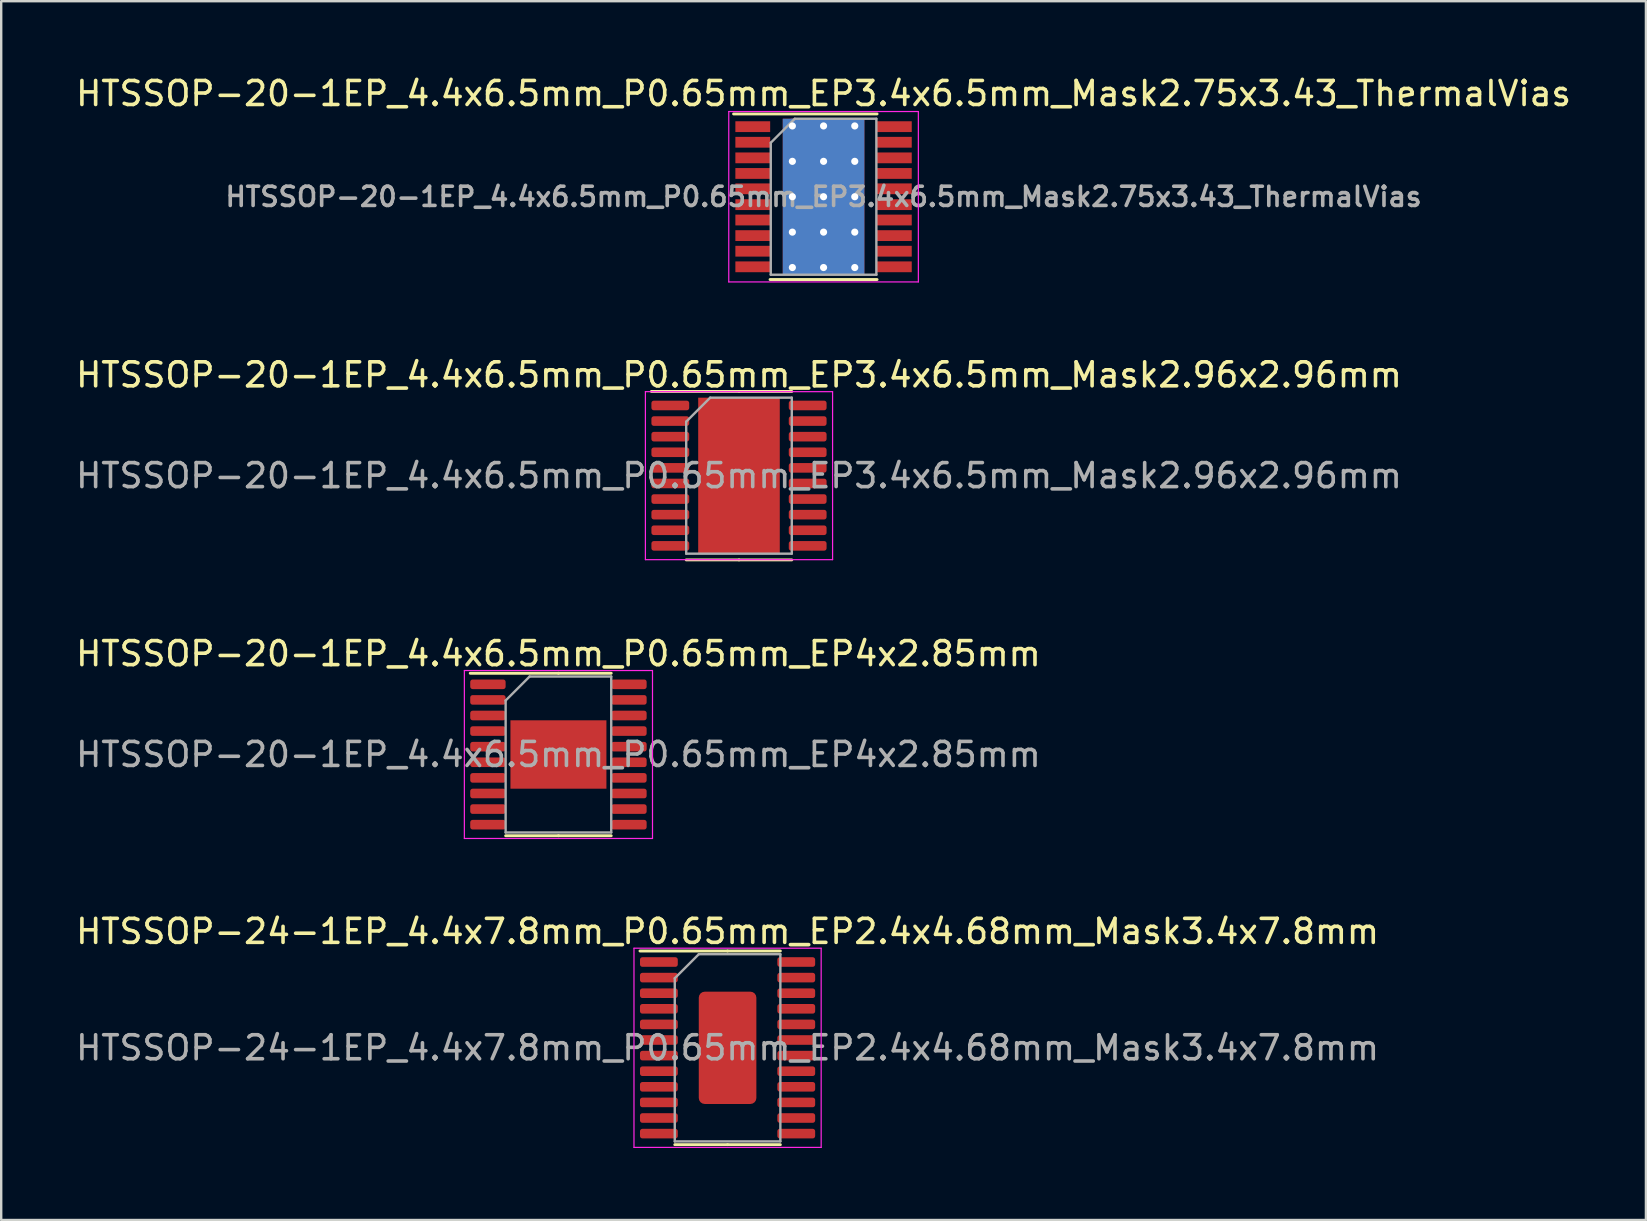
<source format=kicad_pcb>
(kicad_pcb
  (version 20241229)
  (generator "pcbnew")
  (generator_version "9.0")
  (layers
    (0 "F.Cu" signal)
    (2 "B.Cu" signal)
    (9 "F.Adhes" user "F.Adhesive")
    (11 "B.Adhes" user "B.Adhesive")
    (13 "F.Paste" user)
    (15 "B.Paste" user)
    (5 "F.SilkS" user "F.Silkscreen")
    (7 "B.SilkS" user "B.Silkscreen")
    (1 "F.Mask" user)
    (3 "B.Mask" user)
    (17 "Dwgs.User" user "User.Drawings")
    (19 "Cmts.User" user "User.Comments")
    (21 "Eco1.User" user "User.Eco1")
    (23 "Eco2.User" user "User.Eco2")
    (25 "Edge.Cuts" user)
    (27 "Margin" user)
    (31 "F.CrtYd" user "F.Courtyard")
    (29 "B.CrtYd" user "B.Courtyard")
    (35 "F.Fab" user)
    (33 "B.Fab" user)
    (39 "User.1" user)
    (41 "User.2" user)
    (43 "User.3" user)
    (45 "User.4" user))
  (footprint "HTSSOP-20-1EP_4.4x6.5mm_P0.65mm_EP4x2.85mm"
    (layer "F.Cu")
    (at 20.22 28.39)
    (property "Reference" "HTSSOP-20-1EP_4.4x6.5mm_P0.65mm_EP4x2.85mm" (at 0 -4.2 0) (layer "F.SilkS") (effects (font (size 1 1) (thickness 0.15))))
    (attr smd)
    (fp_line (start 0 -3.385) (end -3.675 -3.385) (stroke (width 0.12) (type solid)) (layer "F.SilkS"))
    (fp_line (start 0 -3.385) (end 2.2 -3.385) (stroke (width 0.12) (type solid)) (layer "F.SilkS"))
    (fp_line (start 0 3.385) (end -2.2 3.385) (stroke (width 0.12) (type solid)) (layer "F.SilkS"))
    (fp_line (start 0 3.385) (end 2.2 3.385) (stroke (width 0.12) (type solid)) (layer "F.SilkS"))
    (fp_line (start -3.92 -3.5) (end -3.92 3.5) (stroke (width 0.05) (type solid)) (layer "F.CrtYd"))
    (fp_line (start -3.92 3.5) (end 3.92 3.5) (stroke (width 0.05) (type solid)) (layer "F.CrtYd"))
    (fp_line (start 3.92 -3.5) (end -3.92 -3.5) (stroke (width 0.05) (type solid)) (layer "F.CrtYd"))
    (fp_line (start 3.92 3.5) (end 3.92 -3.5) (stroke (width 0.05) (type solid)) (layer "F.CrtYd"))
    (fp_line (start -2.2 -2.25) (end -1.2 -3.25) (stroke (width 0.1) (type solid)) (layer "F.Fab"))
    (fp_line (start -2.2 3.25) (end -2.2 -2.25) (stroke (width 0.1) (type solid)) (layer "F.Fab"))
    (fp_line (start -1.2 -3.25) (end 2.2 -3.25) (stroke (width 0.1) (type solid)) (layer "F.Fab"))
    (fp_line (start 2.2 -3.25) (end 2.2 3.25) (stroke (width 0.1) (type solid)) (layer "F.Fab"))
    (fp_line (start 2.2 3.25) (end -2.2 3.25) (stroke (width 0.1) (type solid)) (layer "F.Fab"))
    (fp_text user "${REFERENCE}" (at 0 0 0) (layer "F.Fab") (effects (font (size 1 1) (thickness 0.15))))
    (pad "" smd roundrect (at 0 -0.71) (size 3.22 1.15) (layers "F.Paste") (roundrect_rratio 0.217))
    (pad "" smd roundrect (at 0 0.71) (size 3.22 1.15) (layers "F.Paste") (roundrect_rratio 0.217))
    (pad "1" smd roundrect (at -2.938 -2.925) (size 1.475 0.4) (layers "F.Cu" "F.Mask" "F.Paste") (roundrect_rratio 0.25))
    (pad "2" smd roundrect (at -2.938 -2.275) (size 1.475 0.4) (layers "F.Cu" "F.Mask" "F.Paste") (roundrect_rratio 0.25))
    (pad "3" smd roundrect (at -2.938 -1.625) (size 1.475 0.4) (layers "F.Cu" "F.Mask" "F.Paste") (roundrect_rratio 0.25))
    (pad "4" smd roundrect (at -2.938 -0.975) (size 1.475 0.4) (layers "F.Cu" "F.Mask" "F.Paste") (roundrect_rratio 0.25))
    (pad "5" smd roundrect (at -2.938 -0.325) (size 1.475 0.4) (layers "F.Cu" "F.Mask" "F.Paste") (roundrect_rratio 0.25))
    (pad "6" smd roundrect (at -2.938 0.325) (size 1.475 0.4) (layers "F.Cu" "F.Mask" "F.Paste") (roundrect_rratio 0.25))
    (pad "7" smd roundrect (at -2.938 0.975) (size 1.475 0.4) (layers "F.Cu" "F.Mask" "F.Paste") (roundrect_rratio 0.25))
    (pad "8" smd roundrect (at -2.938 1.625) (size 1.475 0.4) (layers "F.Cu" "F.Mask" "F.Paste") (roundrect_rratio 0.25))
    (pad "9" smd roundrect (at -2.938 2.275) (size 1.475 0.4) (layers "F.Cu" "F.Mask" "F.Paste") (roundrect_rratio 0.25))
    (pad "10" smd roundrect (at -2.938 2.925) (size 1.475 0.4) (layers "F.Cu" "F.Mask" "F.Paste") (roundrect_rratio 0.25))
    (pad "11" smd roundrect (at 2.938 2.925) (size 1.475 0.4) (layers "F.Cu" "F.Mask" "F.Paste") (roundrect_rratio 0.25))
    (pad "12" smd roundrect (at 2.938 2.275) (size 1.475 0.4) (layers "F.Cu" "F.Mask" "F.Paste") (roundrect_rratio 0.25))
    (pad "13" smd roundrect (at 2.938 1.625) (size 1.475 0.4) (layers "F.Cu" "F.Mask" "F.Paste") (roundrect_rratio 0.25))
    (pad "14" smd roundrect (at 2.938 0.975) (size 1.475 0.4) (layers "F.Cu" "F.Mask" "F.Paste") (roundrect_rratio 0.25))
    (pad "15" smd roundrect (at 2.938 0.325) (size 1.475 0.4) (layers "F.Cu" "F.Mask" "F.Paste") (roundrect_rratio 0.25))
    (pad "16" smd roundrect (at 2.938 -0.325) (size 1.475 0.4) (layers "F.Cu" "F.Mask" "F.Paste") (roundrect_rratio 0.25))
    (pad "17" smd roundrect (at 2.938 -0.975) (size 1.475 0.4) (layers "F.Cu" "F.Mask" "F.Paste") (roundrect_rratio 0.25))
    (pad "18" smd roundrect (at 2.938 -1.625) (size 1.475 0.4) (layers "F.Cu" "F.Mask" "F.Paste") (roundrect_rratio 0.25))
    (pad "19" smd roundrect (at 2.938 -2.275) (size 1.475 0.4) (layers "F.Cu" "F.Mask" "F.Paste") (roundrect_rratio 0.25))
    (pad "20" smd roundrect (at 2.938 -2.925) (size 1.475 0.4) (layers "F.Cu" "F.Mask" "F.Paste") (roundrect_rratio 0.25))
    (pad "21" smd rect (at 0 0) (size 4 2.85) (layers "F.Cu" "F.Mask")))
  (footprint "HTSSOP-24-1EP_4.4x7.8mm_P0.65mm_EP2.4x4.68mm_Mask3.4x7.8mm"
    (layer "F.Cu")
    (at 27.268 40.613)
    (property "Reference" "HTSSOP-24-1EP_4.4x7.8mm_P0.65mm_EP2.4x4.68mm_Mask3.4x7.8mm" (at 0 -4.85 0) (layer "F.SilkS") (effects (font (size 1 1) (thickness 0.15))))
    (attr smd)
    (fp_line (start 0 -4.035) (end -3.65 -4.035) (stroke (width 0.12) (type solid)) (layer "F.SilkS"))
    (fp_line (start 0 -4.035) (end 2.2 -4.035) (stroke (width 0.12) (type solid)) (layer "F.SilkS"))
    (fp_line (start 0 4.035) (end -2.2 4.035) (stroke (width 0.12) (type solid)) (layer "F.SilkS"))
    (fp_line (start 0 4.035) (end 2.2 4.035) (stroke (width 0.12) (type solid)) (layer "F.SilkS"))
    (fp_line (start -3.9 -4.15) (end -3.9 4.15) (stroke (width 0.05) (type solid)) (layer "F.CrtYd"))
    (fp_line (start -3.9 4.15) (end 3.9 4.15) (stroke (width 0.05) (type solid)) (layer "F.CrtYd"))
    (fp_line (start 3.9 -4.15) (end -3.9 -4.15) (stroke (width 0.05) (type solid)) (layer "F.CrtYd"))
    (fp_line (start 3.9 4.15) (end 3.9 -4.15) (stroke (width 0.05) (type solid)) (layer "F.CrtYd"))
    (fp_line (start -2.2 -2.9) (end -1.2 -3.9) (stroke (width 0.1) (type solid)) (layer "F.Fab"))
    (fp_line (start -2.2 3.9) (end -2.2 -2.9) (stroke (width 0.1) (type solid)) (layer "F.Fab"))
    (fp_line (start -1.2 -3.9) (end 2.2 -3.9) (stroke (width 0.1) (type solid)) (layer "F.Fab"))
    (fp_line (start 2.2 -3.9) (end 2.2 3.9) (stroke (width 0.1) (type solid)) (layer "F.Fab"))
    (fp_line (start 2.2 3.9) (end -2.2 3.9) (stroke (width 0.1) (type solid)) (layer "F.Fab"))
    (fp_text user "${REFERENCE}" (at 0 0 0) (layer "F.Fab") (effects (font (size 1 1) (thickness 0.15))))
    (pad "" smd roundrect (at 0 -1.17) (size 1.93 1.89) (layers "F.Paste") (roundrect_rratio 0.132))
    (pad "" smd roundrect (at 0 0) (size 3.4 7.8) (layers "F.Mask") (roundrect_rratio 0.074))
    (pad "" smd roundrect (at 0 1.17) (size 1.93 1.89) (layers "F.Paste") (roundrect_rratio 0.132))
    (pad "1" smd roundrect (at -2.862 -3.575) (size 1.575 0.4) (layers "F.Cu" "F.Mask" "F.Paste") (roundrect_rratio 0.25))
    (pad "2" smd roundrect (at -2.862 -2.925) (size 1.575 0.4) (layers "F.Cu" "F.Mask" "F.Paste") (roundrect_rratio 0.25))
    (pad "3" smd roundrect (at -2.862 -2.275) (size 1.575 0.4) (layers "F.Cu" "F.Mask" "F.Paste") (roundrect_rratio 0.25))
    (pad "4" smd roundrect (at -2.862 -1.625) (size 1.575 0.4) (layers "F.Cu" "F.Mask" "F.Paste") (roundrect_rratio 0.25))
    (pad "5" smd roundrect (at -2.862 -0.975) (size 1.575 0.4) (layers "F.Cu" "F.Mask" "F.Paste") (roundrect_rratio 0.25))
    (pad "6" smd roundrect (at -2.862 -0.325) (size 1.575 0.4) (layers "F.Cu" "F.Mask" "F.Paste") (roundrect_rratio 0.25))
    (pad "7" smd roundrect (at -2.862 0.325) (size 1.575 0.4) (layers "F.Cu" "F.Mask" "F.Paste") (roundrect_rratio 0.25))
    (pad "8" smd roundrect (at -2.862 0.975) (size 1.575 0.4) (layers "F.Cu" "F.Mask" "F.Paste") (roundrect_rratio 0.25))
    (pad "9" smd roundrect (at -2.862 1.625) (size 1.575 0.4) (layers "F.Cu" "F.Mask" "F.Paste") (roundrect_rratio 0.25))
    (pad "10" smd roundrect (at -2.862 2.275) (size 1.575 0.4) (layers "F.Cu" "F.Mask" "F.Paste") (roundrect_rratio 0.25))
    (pad "11" smd roundrect (at -2.862 2.925) (size 1.575 0.4) (layers "F.Cu" "F.Mask" "F.Paste") (roundrect_rratio 0.25))
    (pad "12" smd roundrect (at -2.862 3.575) (size 1.575 0.4) (layers "F.Cu" "F.Mask" "F.Paste") (roundrect_rratio 0.25))
    (pad "13" smd roundrect (at 2.862 3.575) (size 1.575 0.4) (layers "F.Cu" "F.Mask" "F.Paste") (roundrect_rratio 0.25))
    (pad "14" smd roundrect (at 2.862 2.925) (size 1.575 0.4) (layers "F.Cu" "F.Mask" "F.Paste") (roundrect_rratio 0.25))
    (pad "15" smd roundrect (at 2.862 2.275) (size 1.575 0.4) (layers "F.Cu" "F.Mask" "F.Paste") (roundrect_rratio 0.25))
    (pad "16" smd roundrect (at 2.862 1.625) (size 1.575 0.4) (layers "F.Cu" "F.Mask" "F.Paste") (roundrect_rratio 0.25))
    (pad "17" smd roundrect (at 2.862 0.975) (size 1.575 0.4) (layers "F.Cu" "F.Mask" "F.Paste") (roundrect_rratio 0.25))
    (pad "18" smd roundrect (at 2.862 0.325) (size 1.575 0.4) (layers "F.Cu" "F.Mask" "F.Paste") (roundrect_rratio 0.25))
    (pad "19" smd roundrect (at 2.862 -0.325) (size 1.575 0.4) (layers "F.Cu" "F.Mask" "F.Paste") (roundrect_rratio 0.25))
    (pad "20" smd roundrect (at 2.862 -0.975) (size 1.575 0.4) (layers "F.Cu" "F.Mask" "F.Paste") (roundrect_rratio 0.25))
    (pad "21" smd roundrect (at 2.862 -1.625) (size 1.575 0.4) (layers "F.Cu" "F.Mask" "F.Paste") (roundrect_rratio 0.25))
    (pad "22" smd roundrect (at 2.862 -2.275) (size 1.575 0.4) (layers "F.Cu" "F.Mask" "F.Paste") (roundrect_rratio 0.25))
    (pad "23" smd roundrect (at 2.862 -2.925) (size 1.575 0.4) (layers "F.Cu" "F.Mask" "F.Paste") (roundrect_rratio 0.25))
    (pad "24" smd roundrect (at 2.862 -3.575) (size 1.575 0.4) (layers "F.Cu" "F.Mask" "F.Paste") (roundrect_rratio 0.25))
    (pad "25" smd roundrect (at 0 0) (size 2.4 4.68) (layers "F.Cu") (roundrect_rratio 0.104)))
  (footprint "HTSSOP-20-1EP_4.4x6.5mm_P0.65mm_EP3.4x6.5mm_Mask2.96x2.96mm"
    (layer "F.Cu")
    (at 27.744 16.771)
    (property "Reference" "HTSSOP-20-1EP_4.4x6.5mm_P0.65mm_EP3.4x6.5mm_Mask2.96x2.96mm" (at 0 -4.2 0) (layer "F.SilkS") (effects (font (size 1 1) (thickness 0.15))))
    (attr smd)
    (fp_line (start 0 -3.51) (end -3.65 -3.51) (stroke (width 0.12) (type solid)) (layer "F.SilkS"))
    (fp_line (start 0 -3.51) (end 2.2 -3.51) (stroke (width 0.12) (type solid)) (layer "F.SilkS"))
    (fp_line (start 0 3.51) (end -2.2 3.51) (stroke (width 0.12) (type solid)) (layer "F.SilkS"))
    (fp_line (start 0 3.51) (end 2.2 3.51) (stroke (width 0.12) (type solid)) (layer "F.SilkS"))
    (fp_line (start -3.9 -3.5) (end -3.9 3.5) (stroke (width 0.05) (type solid)) (layer "F.CrtYd"))
    (fp_line (start -3.9 3.5) (end 3.9 3.5) (stroke (width 0.05) (type solid)) (layer "F.CrtYd"))
    (fp_line (start 3.9 -3.5) (end -3.9 -3.5) (stroke (width 0.05) (type solid)) (layer "F.CrtYd"))
    (fp_line (start 3.9 3.5) (end 3.9 -3.5) (stroke (width 0.05) (type solid)) (layer "F.CrtYd"))
    (fp_line (start -2.2 -2.25) (end -1.2 -3.25) (stroke (width 0.1) (type solid)) (layer "F.Fab"))
    (fp_line (start -2.2 3.25) (end -2.2 -2.25) (stroke (width 0.1) (type solid)) (layer "F.Fab"))
    (fp_line (start -1.2 -3.25) (end 2.2 -3.25) (stroke (width 0.1) (type solid)) (layer "F.Fab"))
    (fp_line (start 2.2 -3.25) (end 2.2 3.25) (stroke (width 0.1) (type solid)) (layer "F.Fab"))
    (fp_line (start 2.2 3.25) (end -2.2 3.25) (stroke (width 0.1) (type solid)) (layer "F.Fab"))
    (fp_text user "${REFERENCE}" (at 0 0 0) (layer "F.Fab") (effects (font (size 1 1) (thickness 0.15))))
    (pad "" smd roundrect (at 0 0) (size 2.39 2.39) (layers "F.Paste") (roundrect_rratio 0.105))
    (pad "" smd rect (at 0 0) (size 2.96 2.96) (layers "F.Mask"))
    (pad "1" smd roundrect (at -2.862 -2.925) (size 1.575 0.4) (layers "F.Cu" "F.Mask" "F.Paste") (roundrect_rratio 0.25))
    (pad "2" smd roundrect (at -2.862 -2.275) (size 1.575 0.4) (layers "F.Cu" "F.Mask" "F.Paste") (roundrect_rratio 0.25))
    (pad "3" smd roundrect (at -2.862 -1.625) (size 1.575 0.4) (layers "F.Cu" "F.Mask" "F.Paste") (roundrect_rratio 0.25))
    (pad "4" smd roundrect (at -2.862 -0.975) (size 1.575 0.4) (layers "F.Cu" "F.Mask" "F.Paste") (roundrect_rratio 0.25))
    (pad "5" smd roundrect (at -2.862 -0.325) (size 1.575 0.4) (layers "F.Cu" "F.Mask" "F.Paste") (roundrect_rratio 0.25))
    (pad "6" smd roundrect (at -2.862 0.325) (size 1.575 0.4) (layers "F.Cu" "F.Mask" "F.Paste") (roundrect_rratio 0.25))
    (pad "7" smd roundrect (at -2.862 0.975) (size 1.575 0.4) (layers "F.Cu" "F.Mask" "F.Paste") (roundrect_rratio 0.25))
    (pad "8" smd roundrect (at -2.862 1.625) (size 1.575 0.4) (layers "F.Cu" "F.Mask" "F.Paste") (roundrect_rratio 0.25))
    (pad "9" smd roundrect (at -2.862 2.275) (size 1.575 0.4) (layers "F.Cu" "F.Mask" "F.Paste") (roundrect_rratio 0.25))
    (pad "10" smd roundrect (at -2.862 2.925) (size 1.575 0.4) (layers "F.Cu" "F.Mask" "F.Paste") (roundrect_rratio 0.25))
    (pad "11" smd roundrect (at 2.862 2.925) (size 1.575 0.4) (layers "F.Cu" "F.Mask" "F.Paste") (roundrect_rratio 0.25))
    (pad "12" smd roundrect (at 2.862 2.275) (size 1.575 0.4) (layers "F.Cu" "F.Mask" "F.Paste") (roundrect_rratio 0.25))
    (pad "13" smd roundrect (at 2.862 1.625) (size 1.575 0.4) (layers "F.Cu" "F.Mask" "F.Paste") (roundrect_rratio 0.25))
    (pad "14" smd roundrect (at 2.862 0.975) (size 1.575 0.4) (layers "F.Cu" "F.Mask" "F.Paste") (roundrect_rratio 0.25))
    (pad "15" smd roundrect (at 2.862 0.325) (size 1.575 0.4) (layers "F.Cu" "F.Mask" "F.Paste") (roundrect_rratio 0.25))
    (pad "16" smd roundrect (at 2.862 -0.325) (size 1.575 0.4) (layers "F.Cu" "F.Mask" "F.Paste") (roundrect_rratio 0.25))
    (pad "17" smd roundrect (at 2.862 -0.975) (size 1.575 0.4) (layers "F.Cu" "F.Mask" "F.Paste") (roundrect_rratio 0.25))
    (pad "18" smd roundrect (at 2.862 -1.625) (size 1.575 0.4) (layers "F.Cu" "F.Mask" "F.Paste") (roundrect_rratio 0.25))
    (pad "19" smd roundrect (at 2.862 -2.275) (size 1.575 0.4) (layers "F.Cu" "F.Mask" "F.Paste") (roundrect_rratio 0.25))
    (pad "20" smd roundrect (at 2.862 -2.925) (size 1.575 0.4) (layers "F.Cu" "F.Mask" "F.Paste") (roundrect_rratio 0.25))
    (pad "21" smd rect (at 0 0) (size 3.4 6.5) (layers "F.Cu")))
  (footprint "HTSSOP-20-1EP_4.4x6.5mm_P0.65mm_EP3.4x6.5mm_Mask2.75x3.43_ThermalVias"
    (layer "F.Cu")
    (at 31.268 5.148)
    (property "Reference" "HTSSOP-20-1EP_4.4x6.5mm_P0.65mm_EP3.4x6.5mm_Mask2.75x3.43_ThermalVias" (at 0 -4.3 0) (layer "F.SilkS") (effects (font (size 1 1) (thickness 0.15))))
    (attr smd)
    (fp_line (start -3.75 -3.45) (end 2.23 -3.45) (stroke (width 0.12) (type solid)) (layer "F.SilkS"))
    (fp_line (start -2.23 3.45) (end 2.23 3.45) (stroke (width 0.12) (type solid)) (layer "F.SilkS"))
    (fp_line (start -3.95 -3.55) (end -3.95 3.55) (stroke (width 0.05) (type solid)) (layer "F.CrtYd"))
    (fp_line (start -3.95 -3.55) (end 3.95 -3.55) (stroke (width 0.05) (type solid)) (layer "F.CrtYd"))
    (fp_line (start -3.95 3.55) (end 3.95 3.55) (stroke (width 0.05) (type solid)) (layer "F.CrtYd"))
    (fp_line (start 3.95 -3.55) (end 3.95 3.55) (stroke (width 0.05) (type solid)) (layer "F.CrtYd"))
    (fp_line (start -2.2 -2.25) (end -1.2 -3.25) (stroke (width 0.1) (type solid)) (layer "F.Fab"))
    (fp_line (start -2.2 3.25) (end -2.2 -2.25) (stroke (width 0.1) (type solid)) (layer "F.Fab"))
    (fp_line (start -1.2 -3.25) (end 2.2 -3.25) (stroke (width 0.1) (type solid)) (layer "F.Fab"))
    (fp_line (start 2.2 -3.25) (end 2.2 3.25) (stroke (width 0.1) (type solid)) (layer "F.Fab"))
    (fp_line (start 2.2 3.25) (end -2.2 3.25) (stroke (width 0.1) (type solid)) (layer "F.Fab"))
    (fp_text user "${REFERENCE}" (at 0 0 0) (layer "F.Fab") (effects (font (size 0.8 0.8) (thickness 0.15))))
    (pad "" smd rect (at -0.85 -2.212) (size 1.4 1.075) (layers "F.Paste"))
    (pad "" smd rect (at -0.85 -0.738) (size 1.4 1.075) (layers "F.Paste"))
    (pad "" smd rect (at -0.85 0.738) (size 1.4 1.075) (layers "F.Paste"))
    (pad "" smd rect (at -0.85 2.212) (size 1.4 1.075) (layers "F.Paste"))
    (pad "" smd roundrect (at 0 0) (size 2.75 3.43) (layers "F.Mask") (roundrect_rratio 0.05))
    (pad "" smd rect (at 0.85 -2.212) (size 1.4 1.075) (layers "F.Paste"))
    (pad "" smd rect (at 0.85 -0.738) (size 1.4 1.075) (layers "F.Paste"))
    (pad "" smd rect (at 0.85 0.738) (size 1.4 1.075) (layers "F.Paste"))
    (pad "" smd rect (at 0.85 2.212) (size 1.4 1.075) (layers "F.Paste"))
    (pad "1" smd rect (at -2.95 -2.92) (size 1.45 0.45) (layers "F.Cu" "F.Mask" "F.Paste"))
    (pad "2" smd rect (at -2.95 -2.27) (size 1.45 0.45) (layers "F.Cu" "F.Mask" "F.Paste"))
    (pad "3" smd rect (at -2.95 -1.62) (size 1.45 0.45) (layers "F.Cu" "F.Mask" "F.Paste"))
    (pad "4" smd rect (at -2.95 -0.97) (size 1.45 0.45) (layers "F.Cu" "F.Mask" "F.Paste"))
    (pad "5" smd rect (at -2.95 -0.33) (size 1.45 0.45) (layers "F.Cu" "F.Mask" "F.Paste"))
    (pad "6" smd rect (at -2.95 0.33) (size 1.45 0.45) (layers "F.Cu" "F.Mask" "F.Paste"))
    (pad "7" smd rect (at -2.95 0.97) (size 1.45 0.45) (layers "F.Cu" "F.Mask" "F.Paste"))
    (pad "8" smd rect (at -2.95 1.62) (size 1.45 0.45) (layers "F.Cu" "F.Mask" "F.Paste"))
    (pad "9" smd rect (at -2.95 2.27) (size 1.45 0.45) (layers "F.Cu" "F.Mask" "F.Paste"))
    (pad "10" smd rect (at -2.95 2.92) (size 1.45 0.45) (layers "F.Cu" "F.Mask" "F.Paste"))
    (pad "11" smd rect (at 2.95 2.92) (size 1.45 0.45) (layers "F.Cu" "F.Mask" "F.Paste"))
    (pad "12" smd rect (at 2.95 2.27) (size 1.45 0.45) (layers "F.Cu" "F.Mask" "F.Paste"))
    (pad "13" smd rect (at 2.95 1.62) (size 1.45 0.45) (layers "F.Cu" "F.Mask" "F.Paste"))
    (pad "14" smd rect (at 2.95 0.97) (size 1.45 0.45) (layers "F.Cu" "F.Mask" "F.Paste"))
    (pad "15" smd rect (at 2.95 0.33) (size 1.45 0.45) (layers "F.Cu" "F.Mask" "F.Paste"))
    (pad "16" smd rect (at 2.95 -0.33) (size 1.45 0.45) (layers "F.Cu" "F.Mask" "F.Paste"))
    (pad "17" smd rect (at 2.95 -0.97) (size 1.45 0.45) (layers "F.Cu" "F.Mask" "F.Paste"))
    (pad "18" smd rect (at 2.95 -1.62) (size 1.45 0.45) (layers "F.Cu" "F.Mask" "F.Paste"))
    (pad "19" smd rect (at 2.95 -2.27) (size 1.45 0.45) (layers "F.Cu" "F.Mask" "F.Paste"))
    (pad "20" smd rect (at 2.95 -2.92) (size 1.45 0.45) (layers "F.Cu" "F.Mask" "F.Paste"))
    (pad "21" thru_hole circle (at -1.3 -2.95) (size 0.6 0.6) (drill 0.3) (layers "*.Cu"))
    (pad "21" thru_hole circle (at -1.3 -1.475) (size 0.6 0.6) (drill 0.3) (layers "*.Cu"))
    (pad "21" thru_hole circle (at -1.3 0) (size 0.6 0.6) (drill 0.3) (layers "*.Cu"))
    (pad "21" thru_hole circle (at -1.3 1.475) (size 0.6 0.6) (drill 0.3) (layers "*.Cu"))
    (pad "21" thru_hole circle (at -1.3 2.95) (size 0.6 0.6) (drill 0.3) (layers "*.Cu"))
    (pad "21" thru_hole circle (at 0 -2.95) (size 0.6 0.6) (drill 0.3) (layers "*.Cu"))
    (pad "21" thru_hole circle (at 0 -1.475) (size 0.6 0.6) (drill 0.3) (layers "*.Cu"))
    (pad "21" thru_hole circle (at 0 0) (size 0.6 0.6) (drill 0.3) (layers "*.Cu"))
    (pad "21" smd rect (at 0 0) (size 3.4 6.5) (layers "F.Cu"))
    (pad "21" smd rect (at 0 0) (size 3.4 6.5) (layers "B.Cu"))
    (pad "21" thru_hole circle (at 0 1.475) (size 0.6 0.6) (drill 0.3) (layers "*.Cu"))
    (pad "21" thru_hole circle (at 0 2.95) (size 0.6 0.6) (drill 0.3) (layers "*.Cu"))
    (pad "21" thru_hole circle (at 1.3 -2.95) (size 0.6 0.6) (drill 0.3) (layers "*.Cu"))
    (pad "21" thru_hole circle (at 1.3 -1.475) (size 0.6 0.6) (drill 0.3) (layers "*.Cu"))
    (pad "21" thru_hole circle (at 1.3 0) (size 0.6 0.6) (drill 0.3) (layers "*.Cu"))
    (pad "21" thru_hole circle (at 1.3 1.475) (size 0.6 0.6) (drill 0.3) (layers "*.Cu"))
    (pad "21" thru_hole circle (at 1.3 2.95) (size 0.6 0.6) (drill 0.3) (layers "*.Cu")))
  (gr_rect
    (start -3 -3)
    (end 65.536 47.788)
    (stroke (width 0.1) (type default))
    (fill no)
    (layer "Edge.Cuts")))
</source>
